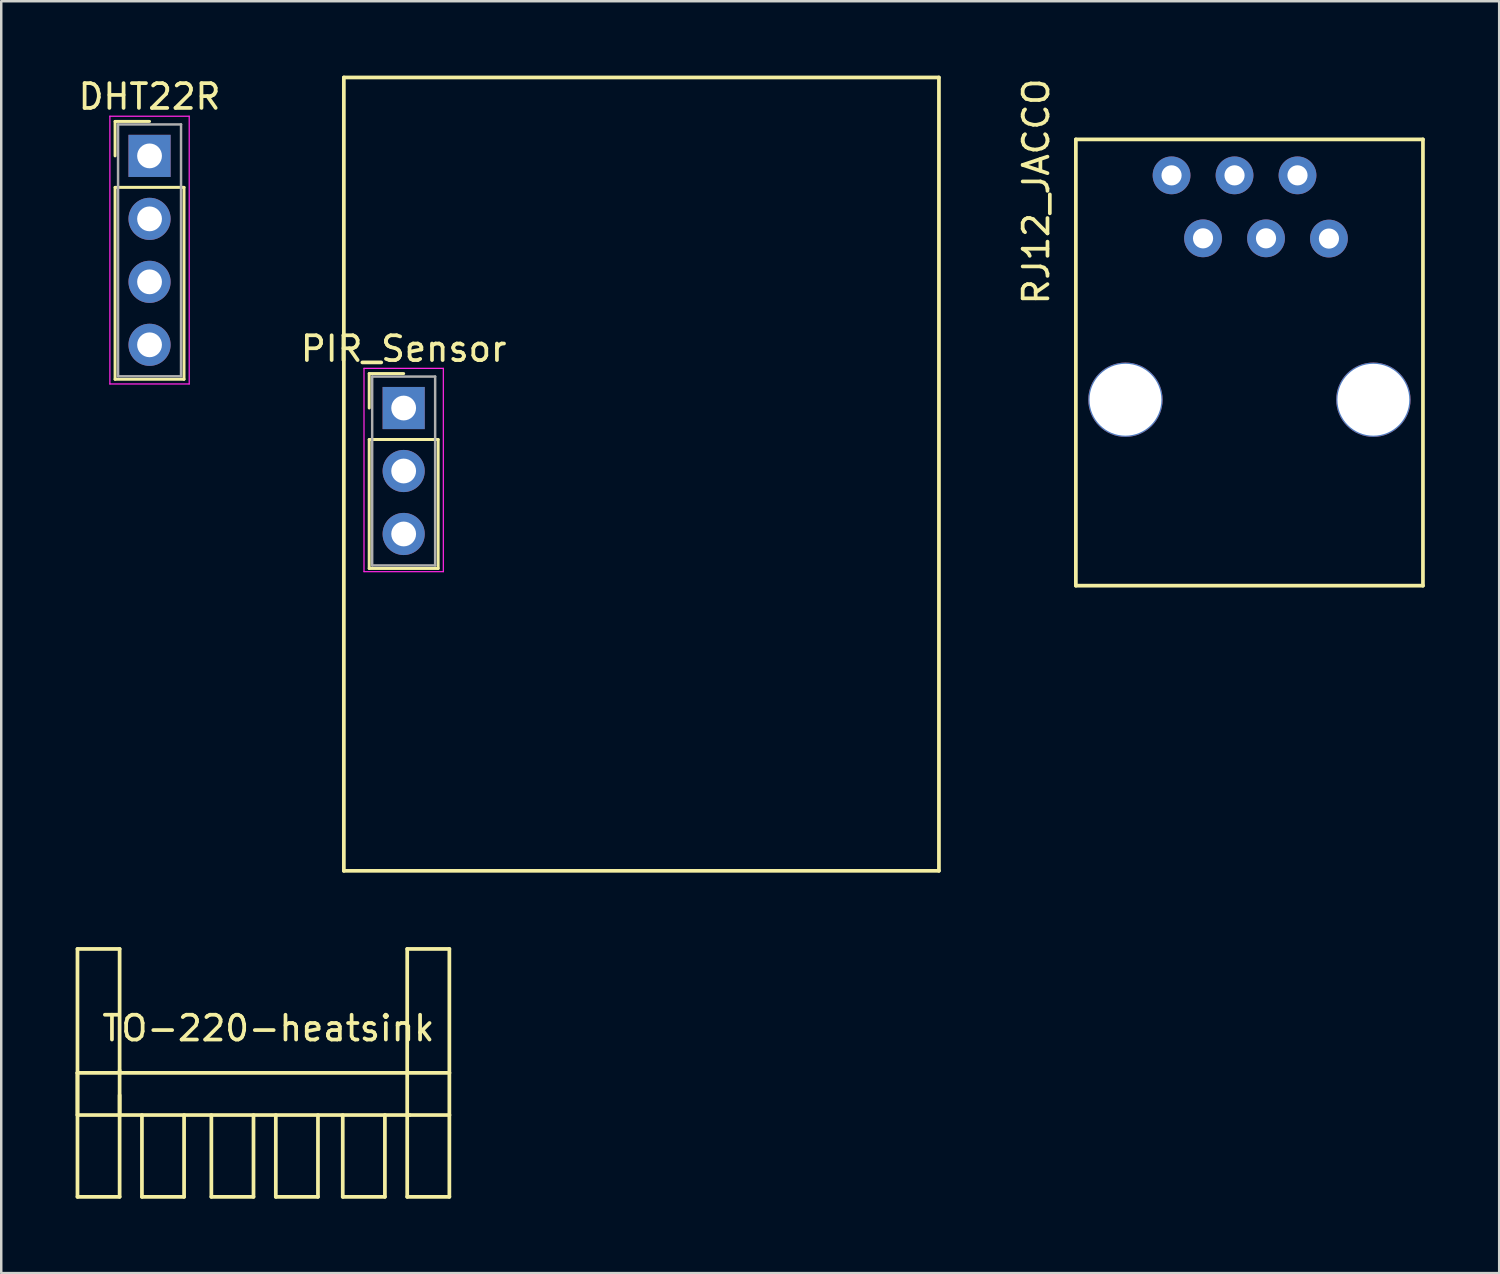
<source format=kicad_pcb>
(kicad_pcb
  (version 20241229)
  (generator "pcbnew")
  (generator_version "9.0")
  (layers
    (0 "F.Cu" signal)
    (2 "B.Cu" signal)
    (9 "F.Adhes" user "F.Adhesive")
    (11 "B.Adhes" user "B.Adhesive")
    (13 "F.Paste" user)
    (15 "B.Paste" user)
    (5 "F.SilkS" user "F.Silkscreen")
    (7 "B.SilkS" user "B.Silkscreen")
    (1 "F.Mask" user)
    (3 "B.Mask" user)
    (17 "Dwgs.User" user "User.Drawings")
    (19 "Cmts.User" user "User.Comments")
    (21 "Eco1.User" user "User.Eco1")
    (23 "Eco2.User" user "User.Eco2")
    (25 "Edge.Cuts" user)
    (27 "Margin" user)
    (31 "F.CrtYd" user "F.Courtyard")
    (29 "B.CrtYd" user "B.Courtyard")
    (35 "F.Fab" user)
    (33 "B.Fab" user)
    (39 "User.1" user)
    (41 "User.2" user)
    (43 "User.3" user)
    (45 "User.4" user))
  (footprint "DHT22R"
    (layer "F.Cu")
    (at 2.982 3.238)
    (property "Reference" "DHT22R" (at 0 -2.39 0) (layer "F.SilkS") (effects (font (size 1 1) (thickness 0.15))))
    (attr through_hole)
    (fp_line (start -1.39 -1.39) (end 0 -1.39) (stroke (width 0.12) (type solid)) (layer "F.SilkS"))
    (fp_line (start -1.39 0) (end -1.39 -1.39) (stroke (width 0.12) (type solid)) (layer "F.SilkS"))
    (fp_line (start -1.39 1.27) (end -1.39 9.01) (stroke (width 0.12) (type solid)) (layer "F.SilkS"))
    (fp_line (start -1.39 9.01) (end 1.39 9.01) (stroke (width 0.12) (type solid)) (layer "F.SilkS"))
    (fp_line (start 1.39 1.27) (end -1.39 1.27) (stroke (width 0.12) (type solid)) (layer "F.SilkS"))
    (fp_line (start 1.39 9.01) (end 1.39 1.27) (stroke (width 0.12) (type solid)) (layer "F.SilkS"))
    (fp_line (start -1.6 -1.6) (end -1.6 9.2) (stroke (width 0.05) (type solid)) (layer "F.CrtYd"))
    (fp_line (start -1.6 9.2) (end 1.6 9.2) (stroke (width 0.05) (type solid)) (layer "F.CrtYd"))
    (fp_line (start 1.6 -1.6) (end -1.6 -1.6) (stroke (width 0.05) (type solid)) (layer "F.CrtYd"))
    (fp_line (start 1.6 9.2) (end 1.6 -1.6) (stroke (width 0.05) (type solid)) (layer "F.CrtYd"))
    (fp_line (start -1.27 -1.27) (end -1.27 8.89) (stroke (width 0.1) (type solid)) (layer "F.Fab"))
    (fp_line (start -1.27 8.89) (end 1.27 8.89) (stroke (width 0.1) (type solid)) (layer "F.Fab"))
    (fp_line (start 1.27 -1.27) (end -1.27 -1.27) (stroke (width 0.1) (type solid)) (layer "F.Fab"))
    (fp_line (start 1.27 8.89) (end 1.27 -1.27) (stroke (width 0.1) (type solid)) (layer "F.Fab"))
    (pad "1" thru_hole rect (at 0 0) (size 1.7 1.7) (drill 1) (layers "*.Cu" "*.Mask"))
    (pad "2" thru_hole oval (at 0 2.54) (size 1.7 1.7) (drill 1) (layers "*.Cu" "*.Mask"))
    (pad "3" thru_hole oval (at 0 5.08) (size 1.7 1.7) (drill 1) (layers "*.Cu" "*.Mask"))
    (pad "4" thru_hole oval (at 0 7.62) (size 1.7 1.7) (drill 1) (layers "*.Cu" "*.Mask")))
  (footprint "RJ12_JACCO"
    (layer "F.Cu")
    (at 47.345 16.573)
    (property "Reference" "RJ12_JACCO" (at -8.6 -11.9 90) (layer "F.SilkS") (effects (font (size 1 1) (thickness 0.15))))
    (attr through_hole)
    (fp_line (start -7 -14) (end -7 4) (stroke (width 0.15) (type solid)) (layer "F.SilkS"))
    (fp_line (start -7 4) (end 7 4) (stroke (width 0.15) (type solid)) (layer "F.SilkS"))
    (fp_line (start 7 -14) (end -7 -14) (stroke (width 0.15) (type solid)) (layer "F.SilkS"))
    (fp_line (start 7 4) (end 7 -14) (stroke (width 0.15) (type solid)) (layer "F.SilkS"))
    (pad "1" thru_hole circle (at -1.87 -10.01) (size 1.524 1.524) (drill 0.813) (layers "*.Cu" "*.Mask"))
    (pad "2" thru_hole circle (at -3.14 -12.55) (size 1.524 1.524) (drill 0.813) (layers "*.Cu" "*.Mask"))
    (pad "3" thru_hole circle (at 0.67 -10.01) (size 1.524 1.524) (drill 0.813) (layers "*.Cu" "*.Mask"))
    (pad "4" thru_hole circle (at -0.6 -12.55) (size 1.524 1.524) (drill 0.813) (layers "*.Cu" "*.Mask"))
    (pad "5" thru_hole circle (at 3.208 -10) (size 1.524 1.524) (drill 0.813) (layers "*.Cu" "*.Mask"))
    (pad "6" thru_hole circle (at 1.94 -12.55) (size 1.524 1.524) (drill 0.813) (layers "*.Cu" "*.Mask"))
    (pad "7" thru_hole circle (at 5 -3.5) (size 3 3) (drill 2.9) (layers "*.Cu" "*.Mask"))
    (pad "8" thru_hole circle (at -5 -3.5) (size 3 3) (drill 2.9) (layers "*.Cu" "*.Mask")))
  (footprint "TO-220-heatsink"
    (layer "F.Cu")
    (at 7.575 40.225)
    (property "Reference" "TO-220-heatsink" (at 0.2 -1.8 0) (layer "F.SilkS") (effects (font (size 1 1) (thickness 0.15))))
    (attr through_hole)
    (fp_line (start -7.5 -5) (end -5.8 -5) (stroke (width 0.15) (type solid)) (layer "F.SilkS"))
    (fp_line (start -7.5 0) (end -7.5 -5) (stroke (width 0.15) (type solid)) (layer "F.SilkS"))
    (fp_line (start -7.5 0) (end -7.5 1.7) (stroke (width 0.15) (type solid)) (layer "F.SilkS"))
    (fp_line (start -7.5 0) (end -7.5 5) (stroke (width 0.15) (type solid)) (layer "F.SilkS"))
    (fp_line (start -7.5 1.7) (end -5.8 1.7) (stroke (width 0.15) (type solid)) (layer "F.SilkS"))
    (fp_line (start -7.5 5) (end -5.8 5) (stroke (width 0.15) (type solid)) (layer "F.SilkS"))
    (fp_line (start -5.8 -5) (end -5.8 0) (stroke (width 0.15) (type solid)) (layer "F.SilkS"))
    (fp_line (start -5.8 1.7) (end -5.8 -0.1) (stroke (width 0.15) (type solid)) (layer "F.SilkS"))
    (fp_line (start -5.8 1.7) (end 5.9 1.7) (stroke (width 0.15) (type solid)) (layer "F.SilkS"))
    (fp_line (start -5.8 5) (end -5.8 0.9) (stroke (width 0.15) (type solid)) (layer "F.SilkS"))
    (fp_line (start -4.9 1.7) (end -4.9 5) (stroke (width 0.15) (type solid)) (layer "F.SilkS"))
    (fp_line (start -4.9 5) (end -3.2 5) (stroke (width 0.15) (type solid)) (layer "F.SilkS"))
    (fp_line (start -3.2 5) (end -3.2 1.7) (stroke (width 0.15) (type solid)) (layer "F.SilkS"))
    (fp_line (start -2.1 1.7) (end -2.1 5) (stroke (width 0.15) (type solid)) (layer "F.SilkS"))
    (fp_line (start -2.1 5) (end -0.4 5) (stroke (width 0.15) (type solid)) (layer "F.SilkS"))
    (fp_line (start -0.4 5) (end -0.4 1.7) (stroke (width 0.15) (type solid)) (layer "F.SilkS"))
    (fp_line (start 0.5 1.7) (end 0.5 5) (stroke (width 0.15) (type solid)) (layer "F.SilkS"))
    (fp_line (start 0.5 5) (end 2.2 5) (stroke (width 0.15) (type solid)) (layer "F.SilkS"))
    (fp_line (start 2.2 5) (end 2.2 1.7) (stroke (width 0.15) (type solid)) (layer "F.SilkS"))
    (fp_line (start 3.2 1.7) (end 3.2 5) (stroke (width 0.15) (type solid)) (layer "F.SilkS"))
    (fp_line (start 3.2 5) (end 4.9 5) (stroke (width 0.15) (type solid)) (layer "F.SilkS"))
    (fp_line (start 4.9 5) (end 4.9 1.7) (stroke (width 0.15) (type solid)) (layer "F.SilkS"))
    (fp_line (start 5.8 -5) (end 5.8 0) (stroke (width 0.15) (type solid)) (layer "F.SilkS"))
    (fp_line (start 5.8 1.7) (end 5.8 0) (stroke (width 0.15) (type solid)) (layer "F.SilkS"))
    (fp_line (start 5.8 1.7) (end 5.8 5) (stroke (width 0.15) (type solid)) (layer "F.SilkS"))
    (fp_line (start 5.8 5) (end 7.5 5) (stroke (width 0.15) (type solid)) (layer "F.SilkS"))
    (fp_line (start 7.5 -5) (end 5.8 -5) (stroke (width 0.15) (type solid)) (layer "F.SilkS"))
    (fp_line (start 7.5 0) (end -7.5 0) (stroke (width 0.15) (type solid)) (layer "F.SilkS"))
    (fp_line (start 7.5 0) (end 7.5 -5) (stroke (width 0.15) (type solid)) (layer "F.SilkS"))
    (fp_line (start 7.5 0) (end 7.5 1.7) (stroke (width 0.15) (type solid)) (layer "F.SilkS"))
    (fp_line (start 7.5 1.7) (end 5.8 1.7) (stroke (width 0.15) (type solid)) (layer "F.SilkS"))
    (fp_line (start 7.5 5) (end 7.5 1.7) (stroke (width 0.15) (type solid)) (layer "F.SilkS")))
  (footprint "PIR_Sensor"
    (layer "F.Cu")
    (at 15.01 16.075)
    (property "Reference" "PIR_Sensor" (at -1.778 -5.057 0) (layer "F.SilkS") (effects (font (size 1 1) (thickness 0.15))))
    (attr through_hole)
    (fp_line (start -4.191 -16) (end -4.191 16) (stroke (width 0.15) (type solid)) (layer "F.SilkS"))
    (fp_line (start -4.191 -16) (end 19.809 -16) (stroke (width 0.15) (type solid)) (layer "F.SilkS"))
    (fp_line (start -4.191 16) (end 19.809 16) (stroke (width 0.15) (type solid)) (layer "F.SilkS"))
    (fp_line (start -3.168 -4.057) (end -1.778 -4.057) (stroke (width 0.12) (type solid)) (layer "F.SilkS"))
    (fp_line (start -3.168 -2.667) (end -3.168 -4.057) (stroke (width 0.12) (type solid)) (layer "F.SilkS"))
    (fp_line (start -3.168 -1.397) (end -3.168 3.803) (stroke (width 0.12) (type solid)) (layer "F.SilkS"))
    (fp_line (start -3.168 3.803) (end -0.388 3.803) (stroke (width 0.12) (type solid)) (layer "F.SilkS"))
    (fp_line (start -0.388 -1.397) (end -3.168 -1.397) (stroke (width 0.12) (type solid)) (layer "F.SilkS"))
    (fp_line (start -0.388 3.803) (end -0.388 -1.397) (stroke (width 0.12) (type solid)) (layer "F.SilkS"))
    (fp_line (start 19.812 -16) (end 19.812 16) (stroke (width 0.15) (type solid)) (layer "F.SilkS"))
    (fp_line (start -3.378 -4.267) (end -3.378 3.933) (stroke (width 0.05) (type solid)) (layer "F.CrtYd"))
    (fp_line (start -3.378 3.933) (end -0.178 3.933) (stroke (width 0.05) (type solid)) (layer "F.CrtYd"))
    (fp_line (start -0.178 -4.267) (end -3.378 -4.267) (stroke (width 0.05) (type solid)) (layer "F.CrtYd"))
    (fp_line (start -0.178 3.933) (end -0.178 -4.267) (stroke (width 0.05) (type solid)) (layer "F.CrtYd"))
    (fp_line (start -3.048 -3.937) (end -3.048 3.683) (stroke (width 0.1) (type solid)) (layer "F.Fab"))
    (fp_line (start -3.048 3.683) (end -0.508 3.683) (stroke (width 0.1) (type solid)) (layer "F.Fab"))
    (fp_line (start -0.508 -3.937) (end -3.048 -3.937) (stroke (width 0.1) (type solid)) (layer "F.Fab"))
    (fp_line (start -0.508 3.683) (end -0.508 -3.937) (stroke (width 0.1) (type solid)) (layer "F.Fab"))
    (pad "1" thru_hole rect (at -1.778 -2.667) (size 1.7 1.7) (drill 1) (layers "*.Cu" "*.Mask"))
    (pad "2" thru_hole oval (at -1.778 -0.127) (size 1.7 1.7) (drill 1) (layers "*.Cu" "*.Mask"))
    (pad "3" thru_hole oval (at -1.778 2.413) (size 1.7 1.7) (drill 1) (layers "*.Cu" "*.Mask")))
  (gr_rect
    (start -3 -3)
    (end 57.42 48.3)
    (stroke (width 0.1) (type default))
    (fill no)
    (layer "Edge.Cuts")))
</source>
